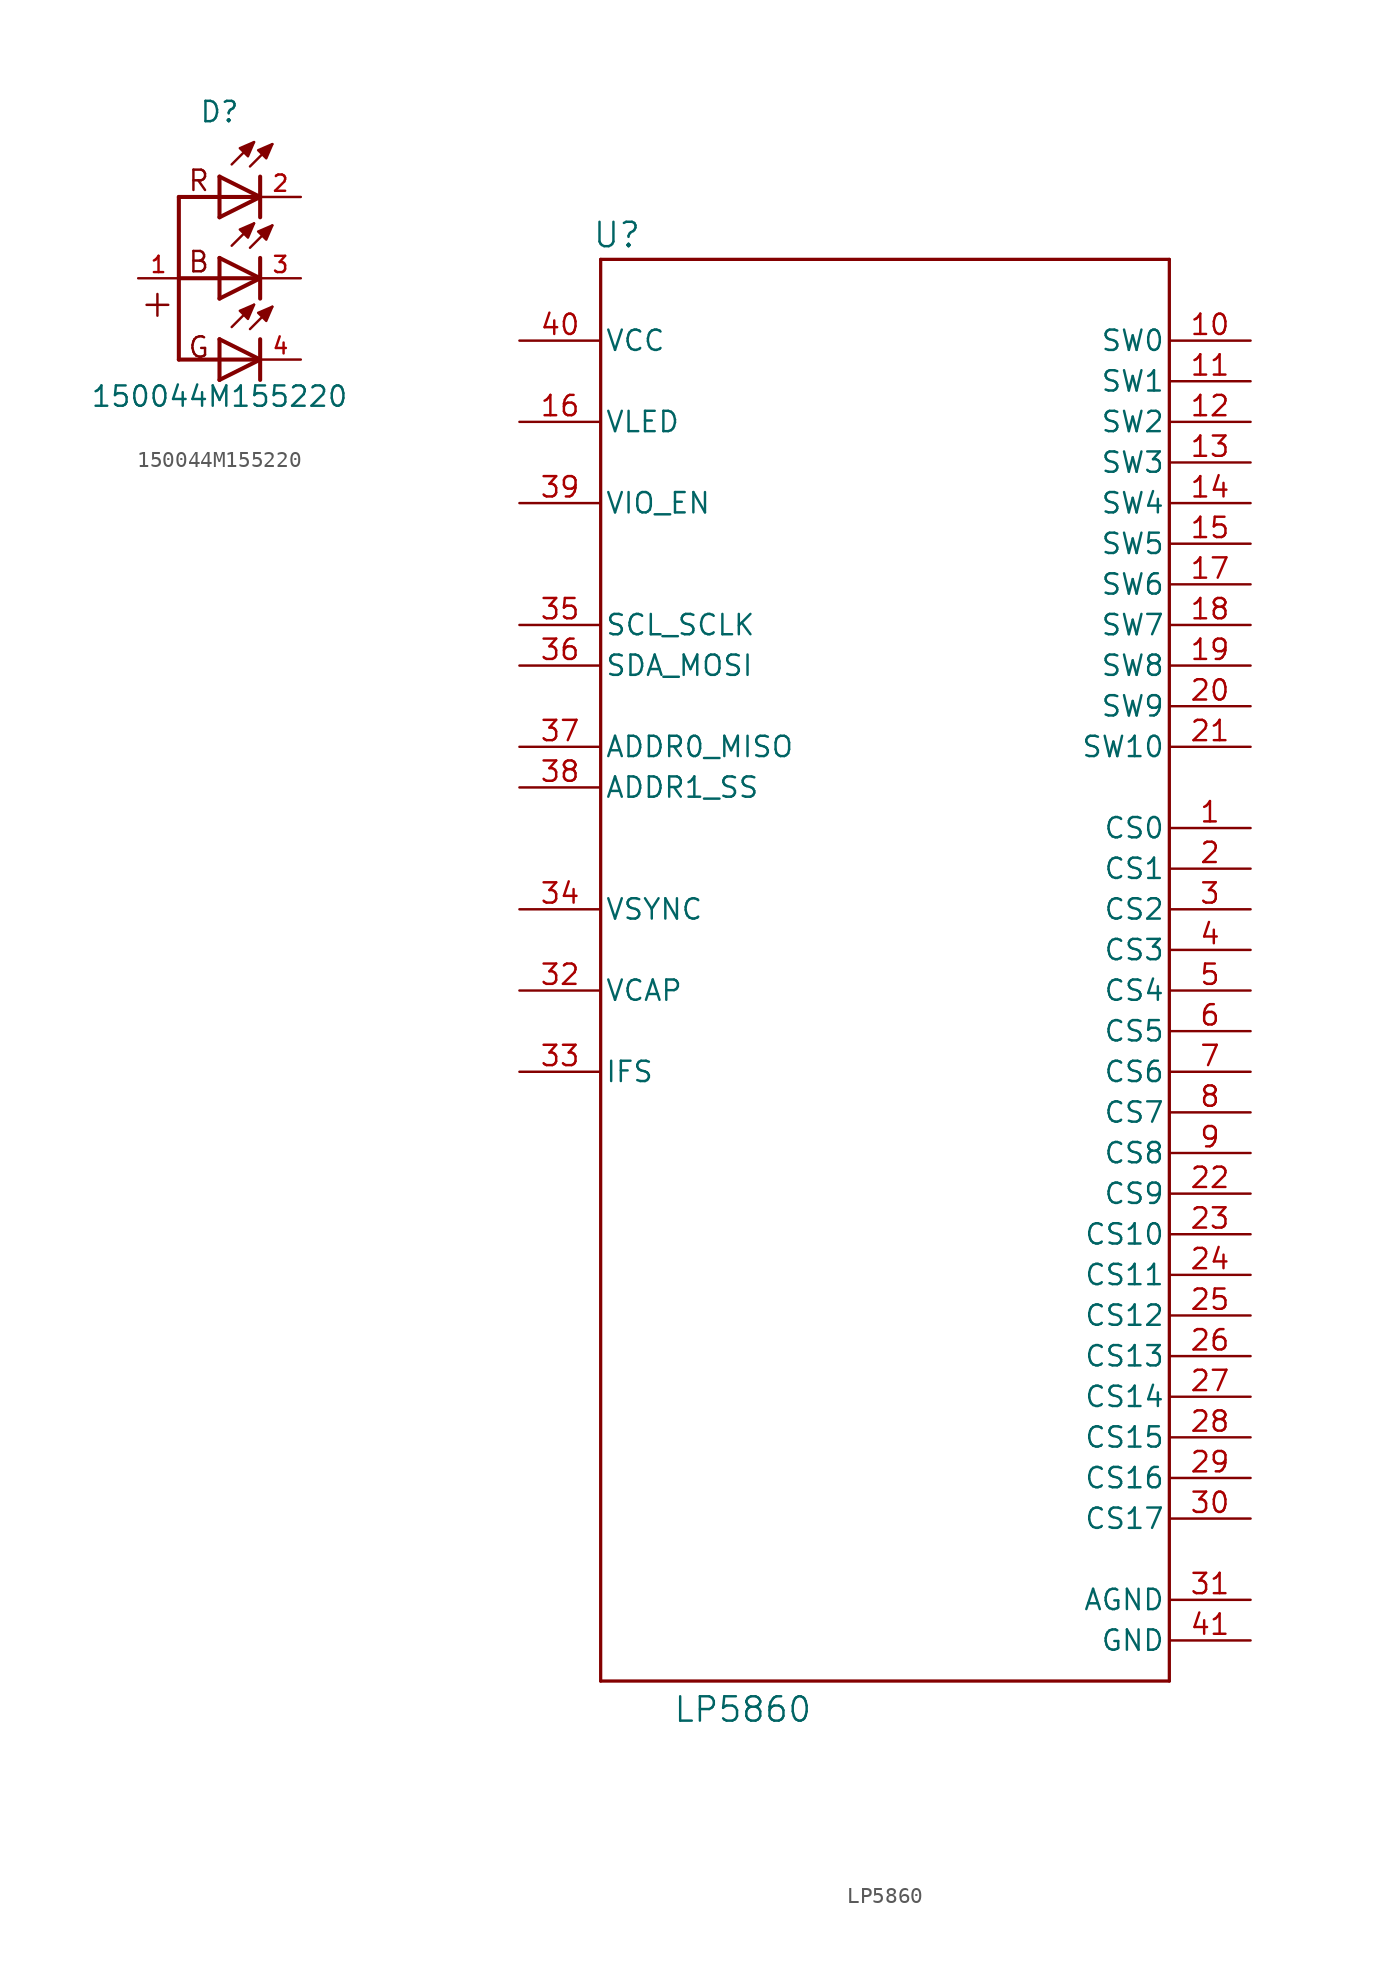
<source format=kicad_sym>
(kicad_symbol_lib
  (version 20231120)
  (generator "kicad_symbol_editor")
  (generator_version "8.0")
  (symbol "150044M155220"
    (pin_names
      (offset 1.016))
    (property "Reference" "D"
      (at 0 9.652 0)
      (effects (font (size 1.27 1.27)) (justify bottom)))
    (property "Value" "150044M155220"
      (at 0 -8.128 0)
      (effects (font (size 1.27 1.27)) (justify bottom)))
    (symbol "150044M155220_0_0"
      (polyline (pts (xy -2.54 -5.08) (xy -2.54 0)) (stroke (width 0.254) (type default)) (fill (type none)))
      (polyline (pts (xy -2.54 0) (xy -2.54 5.08)) (stroke (width 0.254) (type default)) (fill (type none)))
      (polyline (pts (xy -2.54 5.08) (xy 0 5.08)) (stroke (width 0.254) (type default)) (fill (type none)))
      (polyline (pts (xy 0 -6.35) (xy 0 -5.08)) (stroke (width 0.254) (type default)) (fill (type none)))
      (polyline (pts (xy 0 -6.35) (xy 2.54 -5.08)) (stroke (width 0.254) (type default)) (fill (type none)))
      (polyline (pts (xy 0 -5.08) (xy -2.54 -5.08)) (stroke (width 0.254) (type default)) (fill (type none)))
      (polyline (pts (xy 0 -5.08) (xy 0 -3.81)) (stroke (width 0.254) (type default)) (fill (type none)))
      (polyline (pts (xy 0 -1.27) (xy 0 0)) (stroke (width 0.254) (type default)) (fill (type none)))
      (polyline (pts (xy 0 -1.27) (xy 2.54 0)) (stroke (width 0.254) (type default)) (fill (type none)))
      (polyline (pts (xy 0 0) (xy -2.54 0)) (stroke (width 0.254) (type default)) (fill (type none)))
      (polyline (pts (xy 0 0) (xy 0 1.27)) (stroke (width 0.254) (type default)) (fill (type none)))
      (polyline (pts (xy 0 3.81) (xy 0 5.08)) (stroke (width 0.254) (type default)) (fill (type none)))
      (polyline (pts (xy 0 3.81) (xy 2.54 5.08)) (stroke (width 0.254) (type default)) (fill (type none)))
      (polyline (pts (xy 0 5.08) (xy 0 6.35)) (stroke (width 0.254) (type default)) (fill (type none)))
      (polyline (pts (xy 0.762 -3.048) (xy 2.159 -1.651)) (stroke (width 0.152) (type default)) (fill (type none)))
      (polyline (pts (xy 0.762 2.032) (xy 2.159 3.429)) (stroke (width 0.152) (type default)) (fill (type none)))
      (polyline (pts (xy 0.762 7.112) (xy 2.159 8.509)) (stroke (width 0.152) (type default)) (fill (type none)))
      (polyline (pts (xy 1.905 -3.175) (xy 3.302 -1.778)) (stroke (width 0.152) (type default)) (fill (type none)))
      (polyline (pts (xy 1.905 1.905) (xy 3.302 3.302)) (stroke (width 0.152) (type default)) (fill (type none)))
      (polyline (pts (xy 1.905 6.985) (xy 3.302 8.382)) (stroke (width 0.152) (type default)) (fill (type none)))
      (polyline (pts (xy 2.54 -6.35) (xy 2.54 -5.08)) (stroke (width 0.254) (type default)) (fill (type none)))
      (polyline (pts (xy 2.54 -5.08) (xy 0 -5.08)) (stroke (width 0.254) (type default)) (fill (type none)))
      (polyline (pts (xy 2.54 -5.08) (xy 0 -3.81)) (stroke (width 0.254) (type default)) (fill (type none)))
      (polyline (pts (xy 2.54 -5.08) (xy 2.54 -3.81)) (stroke (width 0.254) (type default)) (fill (type none)))
      (polyline (pts (xy 2.54 -1.27) (xy 2.54 0)) (stroke (width 0.254) (type default)) (fill (type none)))
      (polyline (pts (xy 2.54 0) (xy 0 0)) (stroke (width 0.254) (type default)) (fill (type none)))
      (polyline (pts (xy 2.54 0) (xy 0 1.27)) (stroke (width 0.254) (type default)) (fill (type none)))
      (polyline (pts (xy 2.54 0) (xy 2.54 1.27)) (stroke (width 0.254) (type default)) (fill (type none)))
      (polyline (pts (xy 2.54 3.81) (xy 2.54 5.08)) (stroke (width 0.254) (type default)) (fill (type none)))
      (polyline (pts (xy 2.54 5.08) (xy 0 5.08)) (stroke (width 0.254) (type default)) (fill (type none)))
      (polyline (pts (xy 2.54 5.08) (xy 0 6.35)) (stroke (width 0.254) (type default)) (fill (type none)))
      (polyline (pts (xy 2.54 5.08) (xy 2.54 6.35)) (stroke (width 0.254) (type default)) (fill (type none)))
      (polyline (pts (xy 2.159 -1.651) (xy 1.27 -2.032) (xy 1.778 -2.54) (xy 2.159 -1.651)) (stroke (width 0.152) (type default)) (fill (type outline)))
      (polyline (pts (xy 2.159 3.429) (xy 1.27 3.048) (xy 1.778 2.54) (xy 2.159 3.429)) (stroke (width 0.152) (type default)) (fill (type outline)))
      (polyline (pts (xy 2.159 8.509) (xy 1.27 8.128) (xy 1.778 7.62) (xy 2.159 8.509)) (stroke (width 0.152) (type default)) (fill (type outline)))
      (polyline (pts (xy 3.302 -1.778) (xy 2.413 -2.159) (xy 2.921 -2.667) (xy 3.302 -1.778)) (stroke (width 0.152) (type default)) (fill (type outline)))
      (polyline (pts (xy 3.302 3.302) (xy 2.413 2.921) (xy 2.921 2.413) (xy 3.302 3.302)) (stroke (width 0.152) (type default)) (fill (type outline)))
      (polyline (pts (xy 3.302 8.382) (xy 2.413 8.001) (xy 2.921 7.493) (xy 3.302 8.382)) (stroke (width 0.152) (type default)) (fill (type outline)))
      (text "+" (at -5.08 -1.524 0) (effects (font (size 1.778 1.778)) (justify left)))
      (text "B" (at -2.032 1.016 0) (effects (font (size 1.27 1.27)) (justify left)))
      (text "G" (at -2.032 -4.318 0) (effects (font (size 1.27 1.27)) (justify left)))
      (text "R" (at -2.032 6.096 0) (effects (font (size 1.27 1.27)) (justify left)))
      (pin passive line (at -5.08 0 0) (length 2.54) (name "~" (effects (font (size 1.016 1.016)))) (number "1" (effects (font (size 1.016 1.016)))))
      (pin passive line (at 5.08 5.08 180) (length 2.54) (name "~" (effects (font (size 1.016 1.016)))) (number "2" (effects (font (size 1.016 1.016)))))
      (pin passive line (at 5.08 0 180) (length 2.54) (name "~" (effects (font (size 1.016 1.016)))) (number "3" (effects (font (size 1.016 1.016)))))
      (pin passive line (at 5.08 -5.08 180) (length 2.54) (name "~" (effects (font (size 1.016 1.016)))) (number "4" (effects (font (size 1.016 1.016)))))))
  (symbol "LP5860"
    (pin_names
      (offset 0.254))
    (property "Reference" "U"
      (at -16.764 44.704 0)
      (effects (font (size 1.524 1.524))))
    (property "Value" "LP5860"
      (at -8.89 -47.498 0)
      (effects (font (size 1.524 1.524))))
    (symbol "LP5860_0_1"
      (polyline (pts (xy -17.78 -45.72) (xy 17.78 -45.72)) (stroke (width 0.203) (type default)) (fill (type none)))
      (polyline (pts (xy -17.78 43.18) (xy -17.78 -45.72)) (stroke (width 0.203) (type default)) (fill (type none)))
      (polyline (pts (xy 17.78 -45.72) (xy 17.78 43.18)) (stroke (width 0.203) (type default)) (fill (type none)))
      (polyline (pts (xy 17.78 43.18) (xy -17.78 43.18)) (stroke (width 0.203) (type default)) (fill (type none)))
      (pin unspecified line (at 22.86 7.62 180) (length 5.08) (name "CS0" (effects (font (size 1.27 1.27)))) (number "1" (effects (font (size 1.27 1.27)))))
      (pin unspecified line (at 22.86 38.1 180) (length 5.08) (name "SW0" (effects (font (size 1.27 1.27)))) (number "10" (effects (font (size 1.27 1.27)))))
      (pin unspecified line (at 22.86 35.56 180) (length 5.08) (name "SW1" (effects (font (size 1.27 1.27)))) (number "11" (effects (font (size 1.27 1.27)))))
      (pin unspecified line (at 22.86 33.02 180) (length 5.08) (name "SW2" (effects (font (size 1.27 1.27)))) (number "12" (effects (font (size 1.27 1.27)))))
      (pin unspecified line (at 22.86 30.48 180) (length 5.08) (name "SW3" (effects (font (size 1.27 1.27)))) (number "13" (effects (font (size 1.27 1.27)))))
      (pin unspecified line (at 22.86 27.94 180) (length 5.08) (name "SW4" (effects (font (size 1.27 1.27)))) (number "14" (effects (font (size 1.27 1.27)))))
      (pin unspecified line (at 22.86 25.4 180) (length 5.08) (name "SW5" (effects (font (size 1.27 1.27)))) (number "15" (effects (font (size 1.27 1.27)))))
      (pin unspecified line (at -22.86 33.02 0) (length 5.08) (name "VLED" (effects (font (size 1.27 1.27)))) (number "16" (effects (font (size 1.27 1.27)))))
      (pin unspecified line (at 22.86 22.86 180) (length 5.08) (name "SW6" (effects (font (size 1.27 1.27)))) (number "17" (effects (font (size 1.27 1.27)))))
      (pin unspecified line (at 22.86 20.32 180) (length 5.08) (name "SW7" (effects (font (size 1.27 1.27)))) (number "18" (effects (font (size 1.27 1.27)))))
      (pin unspecified line (at 22.86 17.78 180) (length 5.08) (name "SW8" (effects (font (size 1.27 1.27)))) (number "19" (effects (font (size 1.27 1.27)))))
      (pin unspecified line (at 22.86 5.08 180) (length 5.08) (name "CS1" (effects (font (size 1.27 1.27)))) (number "2" (effects (font (size 1.27 1.27)))))
      (pin unspecified line (at 22.86 15.24 180) (length 5.08) (name "SW9" (effects (font (size 1.27 1.27)))) (number "20" (effects (font (size 1.27 1.27)))))
      (pin unspecified line (at 22.86 12.7 180) (length 5.08) (name "SW10" (effects (font (size 1.27 1.27)))) (number "21" (effects (font (size 1.27 1.27)))))
      (pin unspecified line (at 22.86 -15.24 180) (length 5.08) (name "CS9" (effects (font (size 1.27 1.27)))) (number "22" (effects (font (size 1.27 1.27)))))
      (pin unspecified line (at 22.86 -17.78 180) (length 5.08) (name "CS10" (effects (font (size 1.27 1.27)))) (number "23" (effects (font (size 1.27 1.27)))))
      (pin unspecified line (at 22.86 -20.32 180) (length 5.08) (name "CS11" (effects (font (size 1.27 1.27)))) (number "24" (effects (font (size 1.27 1.27)))))
      (pin unspecified line (at 22.86 -22.86 180) (length 5.08) (name "CS12" (effects (font (size 1.27 1.27)))) (number "25" (effects (font (size 1.27 1.27)))))
      (pin unspecified line (at 22.86 -25.4 180) (length 5.08) (name "CS13" (effects (font (size 1.27 1.27)))) (number "26" (effects (font (size 1.27 1.27)))))
      (pin unspecified line (at 22.86 -27.94 180) (length 5.08) (name "CS14" (effects (font (size 1.27 1.27)))) (number "27" (effects (font (size 1.27 1.27)))))
      (pin unspecified line (at 22.86 -30.48 180) (length 5.08) (name "CS15" (effects (font (size 1.27 1.27)))) (number "28" (effects (font (size 1.27 1.27)))))
      (pin unspecified line (at 22.86 -33.02 180) (length 5.08) (name "CS16" (effects (font (size 1.27 1.27)))) (number "29" (effects (font (size 1.27 1.27)))))
      (pin unspecified line (at 22.86 2.54 180) (length 5.08) (name "CS2" (effects (font (size 1.27 1.27)))) (number "3" (effects (font (size 1.27 1.27)))))
      (pin unspecified line (at 22.86 -35.56 180) (length 5.08) (name "CS17" (effects (font (size 1.27 1.27)))) (number "30" (effects (font (size 1.27 1.27)))))
      (pin power_in line (at 22.86 -40.64 180) (length 5.08) (name "AGND" (effects (font (size 1.27 1.27)))) (number "31" (effects (font (size 1.27 1.27)))))
      (pin unspecified line (at -22.86 -2.54 0) (length 5.08) (name "VCAP" (effects (font (size 1.27 1.27)))) (number "32" (effects (font (size 1.27 1.27)))))
      (pin input line (at -22.86 -7.62 0) (length 5.08) (name "IFS" (effects (font (size 1.27 1.27)))) (number "33" (effects (font (size 1.27 1.27)))))
      (pin input line (at -22.86 2.54 0) (length 5.08) (name "VSYNC" (effects (font (size 1.27 1.27)))) (number "34" (effects (font (size 1.27 1.27)))))
      (pin input line (at -22.86 20.32 0) (length 5.08) (name "SCL_SCLK" (effects (font (size 1.27 1.27)))) (number "35" (effects (font (size 1.27 1.27)))))
      (pin bidirectional line (at -22.86 17.78 0) (length 5.08) (name "SDA_MOSI" (effects (font (size 1.27 1.27)))) (number "36" (effects (font (size 1.27 1.27)))))
      (pin bidirectional line (at -22.86 12.7 0) (length 5.08) (name "ADDR0_MISO" (effects (font (size 1.27 1.27)))) (number "37" (effects (font (size 1.27 1.27)))))
      (pin input line (at -22.86 10.16 0) (length 5.08) (name "ADDR1_SS" (effects (font (size 1.27 1.27)))) (number "38" (effects (font (size 1.27 1.27)))))
      (pin power_in line (at -22.86 27.94 0) (length 5.08) (name "VIO_EN" (effects (font (size 1.27 1.27)))) (number "39" (effects (font (size 1.27 1.27)))))
      (pin unspecified line (at 22.86 0 180) (length 5.08) (name "CS3" (effects (font (size 1.27 1.27)))) (number "4" (effects (font (size 1.27 1.27)))))
      (pin power_in line (at -22.86 38.1 0) (length 5.08) (name "VCC" (effects (font (size 1.27 1.27)))) (number "40" (effects (font (size 1.27 1.27)))))
      (pin power_in line (at 22.86 -43.18 180) (length 5.08) (name "GND" (effects (font (size 1.27 1.27)))) (number "41" (effects (font (size 1.27 1.27)))))
      (pin unspecified line (at 22.86 -2.54 180) (length 5.08) (name "CS4" (effects (font (size 1.27 1.27)))) (number "5" (effects (font (size 1.27 1.27)))))
      (pin unspecified line (at 22.86 -5.08 180) (length 5.08) (name "CS5" (effects (font (size 1.27 1.27)))) (number "6" (effects (font (size 1.27 1.27)))))
      (pin unspecified line (at 22.86 -7.62 180) (length 5.08) (name "CS6" (effects (font (size 1.27 1.27)))) (number "7" (effects (font (size 1.27 1.27)))))
      (pin unspecified line (at 22.86 -10.16 180) (length 5.08) (name "CS7" (effects (font (size 1.27 1.27)))) (number "8" (effects (font (size 1.27 1.27)))))
      (pin unspecified line (at 22.86 -12.7 180) (length 5.08) (name "CS8" (effects (font (size 1.27 1.27)))) (number "9" (effects (font (size 1.27 1.27))))))))
</source>
